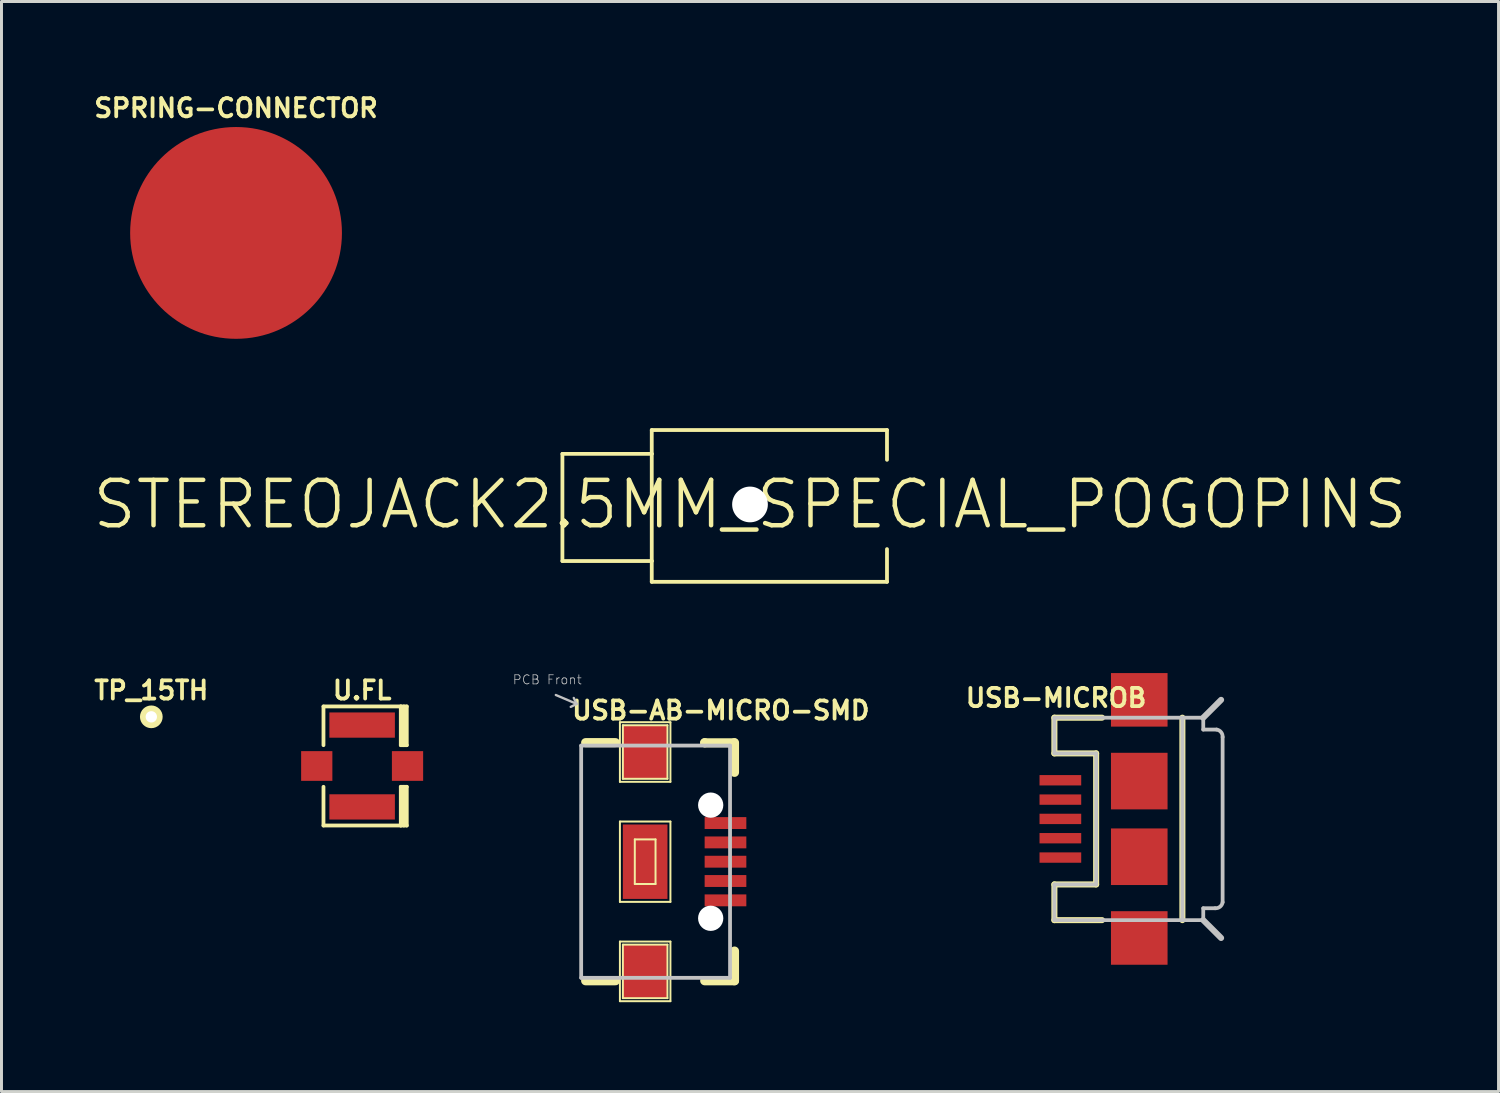
<source format=kicad_pcb>
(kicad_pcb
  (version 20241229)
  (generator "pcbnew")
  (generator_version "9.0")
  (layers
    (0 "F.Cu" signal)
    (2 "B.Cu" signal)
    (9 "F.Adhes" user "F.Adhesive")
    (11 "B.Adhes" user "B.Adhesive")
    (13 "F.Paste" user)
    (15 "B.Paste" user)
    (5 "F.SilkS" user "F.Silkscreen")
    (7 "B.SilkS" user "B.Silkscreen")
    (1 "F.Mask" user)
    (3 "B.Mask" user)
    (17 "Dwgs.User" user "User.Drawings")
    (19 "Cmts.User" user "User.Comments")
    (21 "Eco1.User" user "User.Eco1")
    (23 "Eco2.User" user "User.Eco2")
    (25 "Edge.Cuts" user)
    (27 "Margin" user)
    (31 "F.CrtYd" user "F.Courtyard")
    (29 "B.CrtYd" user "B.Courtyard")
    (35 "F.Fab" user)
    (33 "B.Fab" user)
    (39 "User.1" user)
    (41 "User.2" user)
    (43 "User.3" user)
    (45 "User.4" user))
  (footprint "USB-MICROB"
    (layer "F.Cu")
    (at 35.205 24.448)
    (property "Reference" "USB-MICROB" (at -2.794 -4.064 0) (layer "F.SilkS") (effects (font (size 0.61 0.61) (thickness 0.127))))
    (attr smd)
    (fp_line (start -2.85 -3.399) (end -2.85 -2.2) (stroke (width 0.203) (type solid)) (layer "F.SilkS"))
    (fp_line (start -2.85 2.2) (end -1.448 2.2) (stroke (width 0.203) (type solid)) (layer "F.SilkS"))
    (fp_line (start -2.85 3.399) (end -2.85 2.2) (stroke (width 0.203) (type solid)) (layer "F.SilkS"))
    (fp_line (start -1.448 -2.2) (end -2.85 -2.2) (stroke (width 0.203) (type solid)) (layer "F.SilkS"))
    (fp_line (start -1.448 2.2) (end -1.448 -2.2) (stroke (width 0.203) (type solid)) (layer "F.SilkS"))
    (fp_line (start -1.25 -3.399) (end -2.85 -3.399) (stroke (width 0.203) (type solid)) (layer "F.SilkS"))
    (fp_line (start -1.25 3.399) (end -2.85 3.399) (stroke (width 0.203) (type solid)) (layer "F.SilkS"))
    (fp_line (start 1.448 3.399) (end 1.448 -3.399) (stroke (width 0.203) (type solid)) (layer "F.SilkS"))
    (fp_line (start -2.85 -3.399) (end -2.85 -2.2) (stroke (width 0.127) (type solid)) (layer "Dwgs.User"))
    (fp_line (start -2.85 -3.399) (end 1.448 -3.399) (stroke (width 0.127) (type solid)) (layer "Dwgs.User"))
    (fp_line (start -2.85 3.399) (end -2.85 2.2) (stroke (width 0.127) (type solid)) (layer "Dwgs.User"))
    (fp_line (start -1.448 -2.2) (end -2.85 -2.2) (stroke (width 0.127) (type solid)) (layer "Dwgs.User"))
    (fp_line (start -1.448 2.2) (end -2.85 2.2) (stroke (width 0.127) (type solid)) (layer "Dwgs.User"))
    (fp_line (start -1.448 2.2) (end -1.448 -2.2) (stroke (width 0.127) (type solid)) (layer "Dwgs.User"))
    (fp_line (start 1.448 -3.399) (end 2.149 -3.399) (stroke (width 0.127) (type solid)) (layer "Dwgs.User"))
    (fp_line (start 1.448 3.399) (end -2.85 3.399) (stroke (width 0.127) (type solid)) (layer "Dwgs.User"))
    (fp_line (start 1.448 3.399) (end 1.448 -3.399) (stroke (width 0.127) (type solid)) (layer "Dwgs.User"))
    (fp_line (start 2.149 -3.399) (end 2.748 -3.998) (stroke (width 0.203) (type solid)) (layer "Dwgs.User"))
    (fp_line (start 2.149 -3) (end 2.149 -3.399) (stroke (width 0.127) (type solid)) (layer "Dwgs.User"))
    (fp_line (start 2.149 3) (end 2.548 3) (stroke (width 0.127) (type solid)) (layer "Dwgs.User"))
    (fp_line (start 2.149 3.399) (end 1.448 3.399) (stroke (width 0.127) (type solid)) (layer "Dwgs.User"))
    (fp_line (start 2.149 3.399) (end 2.149 3) (stroke (width 0.127) (type solid)) (layer "Dwgs.User"))
    (fp_line (start 2.149 3.399) (end 2.748 3.998) (stroke (width 0.203) (type solid)) (layer "Dwgs.User"))
    (fp_line (start 2.598 -3) (end 2.149 -3) (stroke (width 0.127) (type solid)) (layer "Dwgs.User"))
    (fp_line (start 2.799 2.799) (end 2.799 -2.748) (stroke (width 0.127) (type solid)) (layer "Dwgs.User"))
    (fp_arc (start 2.59842 -2.99974) (mid 2.747349 -2.912757) (end 2.799104 -2.748236) (stroke (width 0.127) (type solid)) (layer "Dwgs.User"))
    (fp_arc (start 2.79908 2.79908) (mid 2.712097 2.948009) (end 2.547576 2.999764) (stroke (width 0.127) (type solid)) (layer "Dwgs.User"))
    (pad "D+" smd rect (at -2.649 0 180) (size 1.4 0.348) (layers "F.Cu" "F.Mask" "F.Paste"))
    (pad "D-" smd rect (at -2.649 0.648 180) (size 1.4 0.348) (layers "F.Cu" "F.Mask" "F.Paste"))
    (pad "GND" smd rect (at -2.649 -1.298 180) (size 1.4 0.348) (layers "F.Cu" "F.Mask" "F.Paste"))
    (pad "ID" smd rect (at -2.649 -0.648 180) (size 1.4 0.348) (layers "F.Cu" "F.Mask" "F.Paste"))
    (pad "MT1" smd rect (at 0 3.998 90) (size 1.798 1.9) (layers "F.Cu" "F.Mask" "F.Paste"))
    (pad "MT2" smd rect (at 0 -3.998 90) (size 1.798 1.9) (layers "F.Cu" "F.Mask" "F.Paste"))
    (pad "P$1" smd rect (at 0 1.27 90) (size 1.9 1.9) (layers "F.Cu" "F.Mask" "F.Paste"))
    (pad "P$2" smd rect (at 0 -1.27 90) (size 1.9 1.9) (layers "F.Cu" "F.Mask" "F.Paste"))
    (pad "VBUS" smd rect (at -2.649 1.298 180) (size 1.4 0.348) (layers "F.Cu" "F.Mask" "F.Paste")))
  (footprint "STEREOJACK2.5MM_SPECIAL_POGOPINS"
    (layer "F.Cu")
    (at 22.134 13.889)
    (property "Reference" "STEREOJACK2.5MM_SPECIAL_POGOPINS" (at 0 0 0) (layer "F.SilkS") (effects (font (size 1.524 1.524) (thickness 0.15))))
    (attr exclude_from_pos_files exclude_from_bom)
    (fp_line (start -6.299 -1.699) (end -6.299 1.9) (stroke (width 0.127) (type solid)) (layer "F.SilkS"))
    (fp_line (start -6.299 1.9) (end -3.299 1.9) (stroke (width 0.127) (type solid)) (layer "F.SilkS"))
    (fp_line (start -3.299 -2.499) (end -3.299 -1.699) (stroke (width 0.127) (type solid)) (layer "F.SilkS"))
    (fp_line (start -3.299 -1.699) (end -6.299 -1.699) (stroke (width 0.127) (type solid)) (layer "F.SilkS"))
    (fp_line (start -3.299 -1.699) (end -3.299 1.9) (stroke (width 0.127) (type solid)) (layer "F.SilkS"))
    (fp_line (start -3.299 1.9) (end -3.299 2.598) (stroke (width 0.127) (type solid)) (layer "F.SilkS"))
    (fp_line (start -3.299 2.598) (end 4.6 2.598) (stroke (width 0.127) (type solid)) (layer "F.SilkS"))
    (fp_line (start 4.6 -2.499) (end -3.299 -2.499) (stroke (width 0.127) (type solid)) (layer "F.SilkS"))
    (fp_line (start 4.6 -1.499) (end 4.6 -2.499) (stroke (width 0.127) (type solid)) (layer "F.SilkS"))
    (fp_line (start 4.6 2.598) (end 4.6 1.499) (stroke (width 0.127) (type solid)) (layer "F.SilkS"))
    (pad "" np_thru_hole circle (at 0 0) (size 1.199 1.199) (drill 1.199) (layers "*.Cu" "*.Mask"))
    (pad "RING" thru_hole rect (at 2.499 -1.849) (size 0.001 0.001) (drill 1.118) (layers "*.Cu" "*.Mask"))
    (pad "RING" thru_hole rect (at 2.499 1.849) (size 0.001 0.001) (drill 1.118) (layers "*.Cu" "*.Mask"))
    (pad "SHIE" thru_hole rect (at -2.398 0) (size 0.001 0.001) (drill 1.118) (layers "*.Cu" "*.Mask"))
    (pad "TIP" thru_hole rect (at 4.498 0) (size 0.001 0.001) (drill 1.118) (layers "*.Cu" "*.Mask")))
  (footprint "USB-AB-MICRO-SMD"
    (layer "F.Cu")
    (at 18.614 25.885)
    (property "Reference" "USB-AB-MICRO-SMD" (at 2.54 -5.08 0) (layer "F.SilkS") (effects (font (size 0.61 0.61) (thickness 0.127))))
    (attr smd)
    (fp_line (start -0.998 -3.998) (end -1.999 -3.998) (stroke (width 0.305) (type solid)) (layer "F.SilkS"))
    (fp_line (start -0.998 3.998) (end -1.999 3.998) (stroke (width 0.305) (type solid)) (layer "F.SilkS"))
    (fp_line (start -0.848 -4.684) (end 0.848 -4.684) (stroke (width 0.066) (type solid)) (layer "F.SilkS"))
    (fp_line (start -0.848 -2.682) (end -0.848 -4.684) (stroke (width 0.066) (type solid)) (layer "F.SilkS"))
    (fp_line (start -0.848 -2.682) (end 0.848 -2.682) (stroke (width 0.066) (type solid)) (layer "F.SilkS"))
    (fp_line (start -0.848 -1.349) (end 0.848 -1.349) (stroke (width 0.066) (type solid)) (layer "F.SilkS"))
    (fp_line (start -0.848 1.349) (end -0.848 -1.349) (stroke (width 0.066) (type solid)) (layer "F.SilkS"))
    (fp_line (start -0.848 1.349) (end 0.848 1.349) (stroke (width 0.066) (type solid)) (layer "F.SilkS"))
    (fp_line (start -0.848 2.682) (end 0.848 2.682) (stroke (width 0.066) (type solid)) (layer "F.SilkS"))
    (fp_line (start -0.848 4.684) (end -0.848 2.682) (stroke (width 0.066) (type solid)) (layer "F.SilkS"))
    (fp_line (start -0.848 4.684) (end 0.848 4.684) (stroke (width 0.066) (type solid)) (layer "F.SilkS"))
    (fp_line (start -0.749 -4.582) (end 0.749 -4.582) (stroke (width 0.066) (type solid)) (layer "F.SilkS"))
    (fp_line (start -0.749 -2.784) (end -0.749 -4.582) (stroke (width 0.066) (type solid)) (layer "F.SilkS"))
    (fp_line (start -0.749 -2.784) (end 0.749 -2.784) (stroke (width 0.066) (type solid)) (layer "F.SilkS"))
    (fp_line (start -0.749 2.784) (end 0.749 2.784) (stroke (width 0.066) (type solid)) (layer "F.SilkS"))
    (fp_line (start -0.749 4.582) (end -0.749 2.784) (stroke (width 0.066) (type solid)) (layer "F.SilkS"))
    (fp_line (start -0.749 4.582) (end 0.749 4.582) (stroke (width 0.066) (type solid)) (layer "F.SilkS"))
    (fp_line (start -0.348 -0.749) (end 0.348 -0.749) (stroke (width 0.066) (type solid)) (layer "F.SilkS"))
    (fp_line (start -0.348 0.749) (end -0.348 -0.749) (stroke (width 0.066) (type solid)) (layer "F.SilkS"))
    (fp_line (start -0.348 0.749) (end 0.348 0.749) (stroke (width 0.066) (type solid)) (layer "F.SilkS"))
    (fp_line (start 0.348 0.749) (end 0.348 -0.749) (stroke (width 0.066) (type solid)) (layer "F.SilkS"))
    (fp_line (start 0.749 -2.784) (end 0.749 -4.582) (stroke (width 0.066) (type solid)) (layer "F.SilkS"))
    (fp_line (start 0.749 4.582) (end 0.749 2.784) (stroke (width 0.066) (type solid)) (layer "F.SilkS"))
    (fp_line (start 0.848 -2.682) (end 0.848 -4.684) (stroke (width 0.066) (type solid)) (layer "F.SilkS"))
    (fp_line (start 0.848 1.349) (end 0.848 -1.349) (stroke (width 0.066) (type solid)) (layer "F.SilkS"))
    (fp_line (start 0.848 4.684) (end 0.848 2.682) (stroke (width 0.066) (type solid)) (layer "F.SilkS"))
    (fp_line (start 1.999 -3.993) (end 1.999 -3.998) (stroke (width 0.305) (type solid)) (layer "F.SilkS"))
    (fp_line (start 1.999 3.998) (end 3 3.998) (stroke (width 0.305) (type solid)) (layer "F.SilkS"))
    (fp_line (start 2.979 -3.993) (end 1.999 -3.993) (stroke (width 0.305) (type solid)) (layer "F.SilkS"))
    (fp_line (start 3 -3.998) (end 3 -3) (stroke (width 0.305) (type solid)) (layer "F.SilkS"))
    (fp_line (start 3 3.998) (end 3 3) (stroke (width 0.305) (type solid)) (layer "F.SilkS"))
    (fp_line (start -3 -5.598) (end -2.299 -5.298) (stroke (width 0.079) (type solid)) (layer "Dwgs.User"))
    (fp_line (start -2.299 -5.298) (end -2.499 -5.199) (stroke (width 0.079) (type solid)) (layer "Dwgs.User"))
    (fp_line (start -2.299 -5.298) (end -2.398 -5.499) (stroke (width 0.079) (type solid)) (layer "Dwgs.User"))
    (fp_line (start -2.149 -3.899) (end -2.149 3.899) (stroke (width 0.127) (type solid)) (layer "Dwgs.User"))
    (fp_line (start 2.85 -3.899) (end -2.149 -3.899) (stroke (width 0.127) (type solid)) (layer "Dwgs.User"))
    (fp_line (start 2.85 -3.899) (end 2.85 3.899) (stroke (width 0.127) (type solid)) (layer "Dwgs.User"))
    (fp_line (start 2.85 3.899) (end -2.149 3.899) (stroke (width 0.127) (type solid)) (layer "Dwgs.User"))
    (fp_text user "PCB Front" (at -3.287 -6.111 0) (layer "Dwgs.User") (effects (font (size 0.305 0.305) (thickness 0.025))))
    (pad "" np_thru_hole circle (at 2.2 -1.9) (size 0.848 0.848) (drill 0.848) (layers "*.Cu" "*.Mask"))
    (pad "" np_thru_hole circle (at 2.2 1.9) (size 0.848 0.848) (drill 0.848) (layers "*.Cu" "*.Mask"))
    (pad "D+1" smd rect (at 2.697 0 90) (size 0.399 1.4) (layers "F.Cu" "F.Mask" "F.Paste"))
    (pad "D-1" smd rect (at 2.697 -0.648 90) (size 0.399 1.4) (layers "F.Cu" "F.Mask" "F.Paste"))
    (pad "GND1" smd rect (at 2.697 1.298 90) (size 0.399 1.4) (layers "F.Cu" "F.Mask" "F.Paste"))
    (pad "ID1" smd rect (at 2.697 0.648 90) (size 0.399 1.4) (layers "F.Cu" "F.Mask" "F.Paste"))
    (pad "SHLD" smd rect (at 0 -3.678) (size 1.499 1.798) (layers "F.Cu" "F.Mask" "F.Paste"))
    (pad "SHLD" smd rect (at 0 0) (size 1.499 2.499) (layers "F.Cu" "F.Mask" "F.Paste"))
    (pad "SHLD" smd rect (at 0 3.678) (size 1.499 1.798) (layers "F.Cu" "F.Mask" "F.Paste"))
    (pad "VBUS" smd rect (at 2.697 -1.298 90) (size 0.399 1.4) (layers "F.Cu" "F.Mask" "F.Paste")))
  (footprint "U.FL"
    (layer "F.Cu")
    (at 9.11 22.671)
    (property "Reference" "U.FL" (at 0 -2.54 0) (layer "F.SilkS") (effects (font (size 0.61 0.61) (thickness 0.127))))
    (attr smd)
    (fp_line (start -1.298 -0.699) (end -1.298 -1.999) (stroke (width 0.127) (type solid)) (layer "F.SilkS"))
    (fp_line (start -1.298 1.999) (end -1.298 0.699) (stroke (width 0.127) (type solid)) (layer "F.SilkS"))
    (fp_line (start -1.298 1.999) (end 1.298 1.999) (stroke (width 0.127) (type solid)) (layer "F.SilkS"))
    (fp_line (start 1.298 -1.999) (end -1.298 -1.999) (stroke (width 0.127) (type solid)) (layer "F.SilkS"))
    (fp_line (start 1.298 -0.699) (end 1.298 -1.999) (stroke (width 0.127) (type solid)) (layer "F.SilkS"))
    (fp_line (start 1.298 1.999) (end 1.298 0.699) (stroke (width 0.127) (type solid)) (layer "F.SilkS"))
    (fp_line (start 1.4 -0.699) (end 1.4 -1.999) (stroke (width 0.127) (type solid)) (layer "F.SilkS"))
    (fp_line (start 1.4 1.999) (end 1.4 0.699) (stroke (width 0.127) (type solid)) (layer "F.SilkS"))
    (fp_line (start 1.499 -1.999) (end 1.298 -1.999) (stroke (width 0.127) (type solid)) (layer "F.SilkS"))
    (fp_line (start 1.499 -0.699) (end 1.298 -0.699) (stroke (width 0.127) (type solid)) (layer "F.SilkS"))
    (fp_line (start 1.499 -0.699) (end 1.499 -1.999) (stroke (width 0.127) (type solid)) (layer "F.SilkS"))
    (fp_line (start 1.499 0.699) (end 1.298 0.699) (stroke (width 0.127) (type solid)) (layer "F.SilkS"))
    (fp_line (start 1.499 1.999) (end 1.298 1.999) (stroke (width 0.127) (type solid)) (layer "F.SilkS"))
    (fp_line (start 1.499 1.999) (end 1.499 0.699) (stroke (width 0.127) (type solid)) (layer "F.SilkS"))
    (pad "1" smd rect (at 0 -1.374) (size 2.2 0.848) (layers "F.Cu" "F.Mask" "F.Paste"))
    (pad "2" smd rect (at 0 1.374) (size 2.2 0.848) (layers "F.Cu" "F.Mask" "F.Paste"))
    (pad "FEED" smd rect (at 1.524 0) (size 1.049 0.998) (layers "F.Cu" "F.Mask" "F.Paste"))
    (pad "NC" smd rect (at -1.524 0) (size 1.049 0.998) (layers "F.Cu" "F.Mask" "F.Paste")))
  (footprint "TP_15TH"
    (layer "F.Cu")
    (at 2.031 21.02)
    (property "Reference" "TP_15TH" (at 0 -0.889 0) (layer "F.SilkS") (effects (font (size 0.61 0.61) (thickness 0.127))))
    (attr exclude_from_pos_files exclude_from_bom)
    (fp_circle (center 0 0) (end 0 -0.381) (stroke (width 0) (type solid)) (fill yes) (layer "F.SilkS"))
    (pad "P$1" thru_hole circle (at 0 0) (size 0.61 0.61) (drill 0.381) (layers "*.Cu" "*.Mask")))
  (footprint "SPRING-CONNECTOR"
    (layer "F.Cu")
    (at 4.876 4.771)
    (property "Reference" "SPRING-CONNECTOR" (at 0 -4.191 0) (layer "F.SilkS") (effects (font (size 0.61 0.61) (thickness 0.127))))
    (attr smd)
    (pad "P$2" smd circle (at 0 0) (size 7.112 7.112) (layers "F.Cu" "F.Mask" "F.Paste")))
  (gr_rect
    (start -3 -3)
    (end 47.269 33.602)
    (stroke (width 0.1) (type default))
    (fill no)
    (layer "Edge.Cuts")))
</source>
